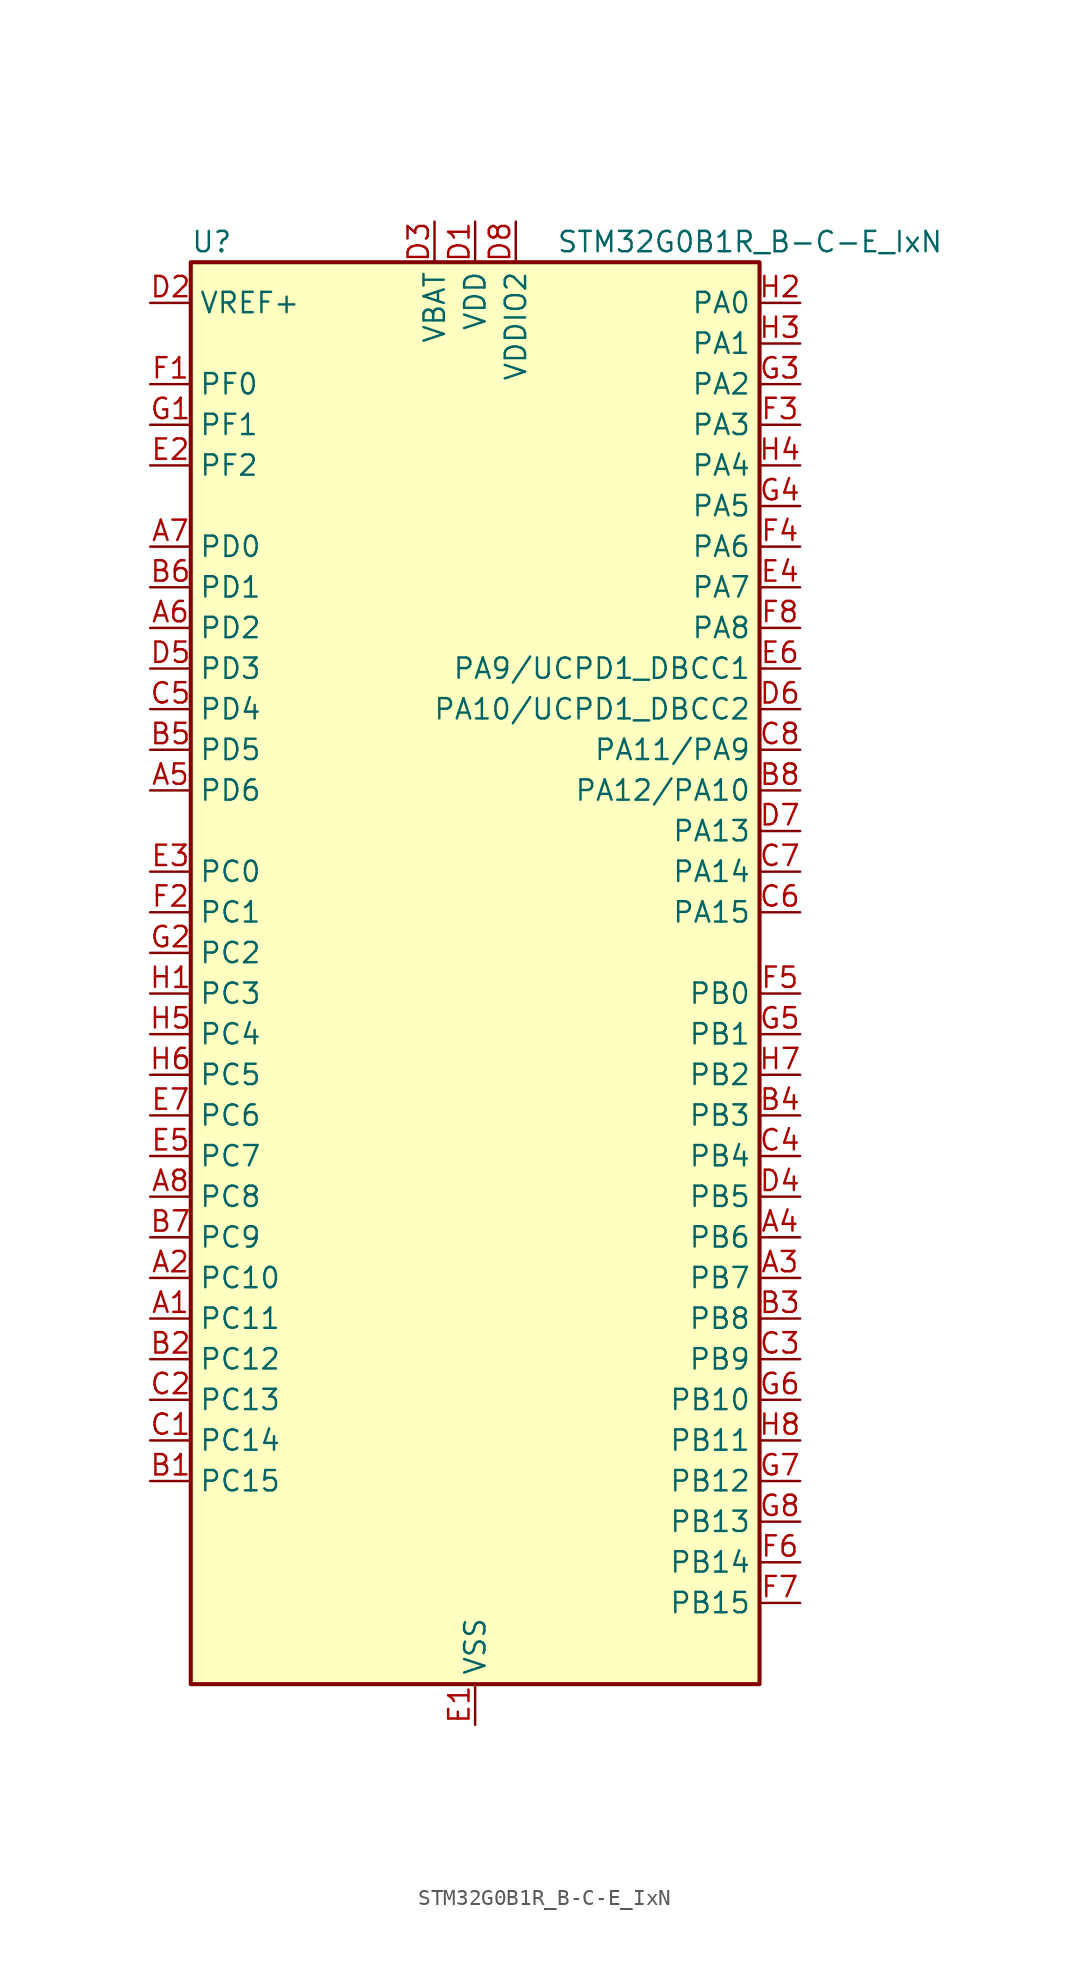
<source format=kicad_sym>
(kicad_symbol_lib
  (version 20220914)
  (generator kicad_symbol_editor)
  (symbol "STM32G0B1R_B-C-E_IxN"
    (property "Reference" "U"
      (at -17.78 46.99 0)
      (effects (font (size 1.27 1.27)) (justify left)))
    (property "Value" "STM32G0B1R_B-C-E_IxN"
      (at 5.08 46.99 0)
      (effects (font (size 1.27 1.27)) (justify left)))
    (property "ki_locked" ""
      (at 0 0 0)
      (effects (font (size 1.27 1.27))))
    (symbol "STM32G0B1R_B-C-E_IxN_0_1"
      (rectangle (start -17.78 -43.18) (end 17.78 45.72) (stroke (width 0.254) (type default)) (fill (type background))))
    (symbol "STM32G0B1R_B-C-E_IxN_1_1"
      (pin bidirectional line (at -20.32 -20.32 0) (length 2.54) (name "PC11" (effects (font (size 1.27 1.27)))) (number "A1" (effects (font (size 1.27 1.27)))) (alternate "ADC1_EXTI11" bidirectional line) (alternate "SPI3_MISO" bidirectional line) (alternate "TIM1_CH4" bidirectional line) (alternate "USART3_RX" bidirectional line) (alternate "USART4_RX" bidirectional line))
      (pin bidirectional line (at -20.32 -17.78 0) (length 2.54) (name "PC10" (effects (font (size 1.27 1.27)))) (number "A2" (effects (font (size 1.27 1.27)))) (alternate "SPI3_SCK" bidirectional line) (alternate "TIM1_CH3" bidirectional line) (alternate "USART3_TX" bidirectional line) (alternate "USART4_TX" bidirectional line))
      (pin bidirectional line (at 20.32 -17.78 180) (length 2.54) (name "PB7" (effects (font (size 1.27 1.27)))) (number "A3" (effects (font (size 1.27 1.27)))) (alternate "COMP2_INM" bidirectional line) (alternate "I2C1_SDA" bidirectional line) (alternate "I2S2_SD" bidirectional line) (alternate "LPTIM1_IN2" bidirectional line) (alternate "LPUART2_RX" bidirectional line) (alternate "SPI2_MOSI" bidirectional line) (alternate "SYS_PVD_IN" bidirectional line) (alternate "TIM17_CH1N" bidirectional line) (alternate "TIM4_CH2" bidirectional line) (alternate "USART1_RX" bidirectional line) (alternate "USART4_CTS" bidirectional line) (alternate "USART4_NSS" bidirectional line))
      (pin bidirectional line (at 20.32 -15.24 180) (length 2.54) (name "PB6" (effects (font (size 1.27 1.27)))) (number "A4" (effects (font (size 1.27 1.27)))) (alternate "COMP2_INP" bidirectional line) (alternate "FDCAN2_TX" bidirectional line) (alternate "I2C1_SCL" bidirectional line) (alternate "I2S2_MCK" bidirectional line) (alternate "LPTIM1_ETR" bidirectional line) (alternate "LPUART2_TX" bidirectional line) (alternate "SPI2_MISO" bidirectional line) (alternate "TIM16_CH1N" bidirectional line) (alternate "TIM1_CH3" bidirectional line) (alternate "TIM4_CH1" bidirectional line) (alternate "USART1_TX" bidirectional line) (alternate "USART5_CTS" bidirectional line) (alternate "USART5_NSS" bidirectional line))
      (pin bidirectional line (at -20.32 12.7 0) (length 2.54) (name "PD6" (effects (font (size 1.27 1.27)))) (number "A5" (effects (font (size 1.27 1.27)))) (alternate "I2S1_SD" bidirectional line) (alternate "LPTIM2_OUT" bidirectional line) (alternate "SPI1_MOSI" bidirectional line) (alternate "USART2_RX" bidirectional line))
      (pin bidirectional line (at -20.32 22.86 0) (length 2.54) (name "PD2" (effects (font (size 1.27 1.27)))) (number "A6" (effects (font (size 1.27 1.27)))) (alternate "TIM1_CH1N" bidirectional line) (alternate "TIM3_ETR" bidirectional line) (alternate "UCPD2_CC2" bidirectional line) (alternate "USART3_CK" bidirectional line) (alternate "USART3_DE" bidirectional line) (alternate "USART3_RTS" bidirectional line) (alternate "USART5_RX" bidirectional line))
      (pin bidirectional line (at -20.32 27.94 0) (length 2.54) (name "PD0" (effects (font (size 1.27 1.27)))) (number "A7" (effects (font (size 1.27 1.27)))) (alternate "FDCAN1_RX" bidirectional line) (alternate "I2S2_WS" bidirectional line) (alternate "SPI2_NSS" bidirectional line) (alternate "TIM16_CH1" bidirectional line) (alternate "UCPD2_CC1" bidirectional line))
      (pin bidirectional line (at -20.32 -12.7 0) (length 2.54) (name "PC8" (effects (font (size 1.27 1.27)))) (number "A8" (effects (font (size 1.27 1.27)))) (alternate "LPUART2_CTS" bidirectional line) (alternate "TIM1_CH1" bidirectional line) (alternate "TIM3_CH3" bidirectional line) (alternate "UCPD2_FRSTX1" bidirectional line) (alternate "UCPD2_FRSTX2" bidirectional line))
      (pin bidirectional line (at -20.32 -30.48 0) (length 2.54) (name "PC15" (effects (font (size 1.27 1.27)))) (number "B1" (effects (font (size 1.27 1.27)))) (alternate "RCC_OSC32_EN" bidirectional line) (alternate "RCC_OSC32_OUT" bidirectional line) (alternate "RCC_OSC_EN" bidirectional line) (alternate "TIM15_BK" bidirectional line))
      (pin bidirectional line (at -20.32 -22.86 0) (length 2.54) (name "PC12" (effects (font (size 1.27 1.27)))) (number "B2" (effects (font (size 1.27 1.27)))) (alternate "LPTIM1_IN1" bidirectional line) (alternate "SPI3_MOSI" bidirectional line) (alternate "TIM14_CH1" bidirectional line) (alternate "UCPD1_FRSTX1" bidirectional line) (alternate "UCPD1_FRSTX2" bidirectional line) (alternate "USART5_TX" bidirectional line))
      (pin bidirectional line (at 20.32 -20.32 180) (length 2.54) (name "PB8" (effects (font (size 1.27 1.27)))) (number "B3" (effects (font (size 1.27 1.27)))) (alternate "CEC" bidirectional line) (alternate "FDCAN1_RX" bidirectional line) (alternate "I2C1_SCL" bidirectional line) (alternate "I2S2_CK" bidirectional line) (alternate "SPI2_SCK" bidirectional line) (alternate "TIM15_BK" bidirectional line) (alternate "TIM16_CH1" bidirectional line) (alternate "TIM4_CH3" bidirectional line) (alternate "USART3_TX" bidirectional line) (alternate "USART6_TX" bidirectional line))
      (pin bidirectional line (at 20.32 -7.62 180) (length 2.54) (name "PB3" (effects (font (size 1.27 1.27)))) (number "B4" (effects (font (size 1.27 1.27)))) (alternate "COMP2_INM" bidirectional line) (alternate "I2C2_SCL" bidirectional line) (alternate "I2C3_SCL" bidirectional line) (alternate "I2S1_CK" bidirectional line) (alternate "SPI1_SCK" bidirectional line) (alternate "SPI3_SCK" bidirectional line) (alternate "TIM1_CH2" bidirectional line) (alternate "TIM2_CH2" bidirectional line) (alternate "USART1_CK" bidirectional line) (alternate "USART1_DE" bidirectional line) (alternate "USART1_RTS" bidirectional line) (alternate "USART5_TX" bidirectional line))
      (pin bidirectional line (at -20.32 15.24 0) (length 2.54) (name "PD5" (effects (font (size 1.27 1.27)))) (number "B5" (effects (font (size 1.27 1.27)))) (alternate "I2S1_MCK" bidirectional line) (alternate "SPI1_MISO" bidirectional line) (alternate "TIM1_BK" bidirectional line) (alternate "USART2_TX" bidirectional line) (alternate "USART5_CTS" bidirectional line) (alternate "USART5_NSS" bidirectional line))
      (pin bidirectional line (at -20.32 25.4 0) (length 2.54) (name "PD1" (effects (font (size 1.27 1.27)))) (number "B6" (effects (font (size 1.27 1.27)))) (alternate "FDCAN1_TX" bidirectional line) (alternate "I2S2_CK" bidirectional line) (alternate "SPI2_SCK" bidirectional line) (alternate "TIM17_CH1" bidirectional line) (alternate "UCPD2_DBCC1" bidirectional line))
      (pin bidirectional line (at -20.32 -15.24 0) (length 2.54) (name "PC9" (effects (font (size 1.27 1.27)))) (number "B7" (effects (font (size 1.27 1.27)))) (alternate "DAC1_EXTI9" bidirectional line) (alternate "I2S_CKIN" bidirectional line) (alternate "LPUART2_DE" bidirectional line) (alternate "LPUART2_RTS" bidirectional line) (alternate "TIM1_CH2" bidirectional line) (alternate "TIM3_CH4" bidirectional line) (alternate "USB_NOE" bidirectional line))
      (pin bidirectional line (at 20.32 12.7 180) (length 2.54) (name "PA12/PA10" (effects (font (size 1.27 1.27)))) (number "B8" (effects (font (size 1.27 1.27)))) (alternate "COMP2_OUT" bidirectional line) (alternate "FDCAN1_TX" bidirectional line) (alternate "I2C2_SDA" bidirectional line) (alternate "I2S1_SD" bidirectional line) (alternate "I2S_CKIN" bidirectional line) (alternate "SPI1_MOSI" bidirectional line) (alternate "TIM1_ETR" bidirectional line) (alternate "USART1_CK" bidirectional line) (alternate "USART1_DE" bidirectional line) (alternate "USART1_RTS" bidirectional line) (alternate "USB_DP" bidirectional line))
      (pin bidirectional line (at -20.32 -27.94 0) (length 2.54) (name "PC14" (effects (font (size 1.27 1.27)))) (number "C1" (effects (font (size 1.27 1.27)))) (alternate "RCC_OSC32_IN" bidirectional line) (alternate "TIM1_BK2" bidirectional line))
      (pin bidirectional line (at -20.32 -25.4 0) (length 2.54) (name "PC13" (effects (font (size 1.27 1.27)))) (number "C2" (effects (font (size 1.27 1.27)))) (alternate "RTC_OUT1" bidirectional line) (alternate "RTC_TAMP_IN1" bidirectional line) (alternate "RTC_TS" bidirectional line) (alternate "SYS_WKUP2" bidirectional line) (alternate "TIM1_BK" bidirectional line))
      (pin bidirectional line (at 20.32 -22.86 180) (length 2.54) (name "PB9" (effects (font (size 1.27 1.27)))) (number "C3" (effects (font (size 1.27 1.27)))) (alternate "DAC1_EXTI9" bidirectional line) (alternate "FDCAN1_TX" bidirectional line) (alternate "I2C1_SDA" bidirectional line) (alternate "I2S2_WS" bidirectional line) (alternate "IR_OUT" bidirectional line) (alternate "SPI2_NSS" bidirectional line) (alternate "TIM17_CH1" bidirectional line) (alternate "TIM4_CH4" bidirectional line) (alternate "UCPD2_FRSTX1" bidirectional line) (alternate "UCPD2_FRSTX2" bidirectional line) (alternate "USART3_RX" bidirectional line) (alternate "USART6_RX" bidirectional line))
      (pin bidirectional line (at 20.32 -10.16 180) (length 2.54) (name "PB4" (effects (font (size 1.27 1.27)))) (number "C4" (effects (font (size 1.27 1.27)))) (alternate "COMP2_INP" bidirectional line) (alternate "I2C2_SDA" bidirectional line) (alternate "I2C3_SDA" bidirectional line) (alternate "I2S1_MCK" bidirectional line) (alternate "SPI1_MISO" bidirectional line) (alternate "SPI3_MISO" bidirectional line) (alternate "TIM17_BK" bidirectional line) (alternate "TIM3_CH1" bidirectional line) (alternate "USART1_CTS" bidirectional line) (alternate "USART1_NSS" bidirectional line) (alternate "USART5_RX" bidirectional line))
      (pin bidirectional line (at -20.32 17.78 0) (length 2.54) (name "PD4" (effects (font (size 1.27 1.27)))) (number "C5" (effects (font (size 1.27 1.27)))) (alternate "I2S2_SD" bidirectional line) (alternate "SPI2_MOSI" bidirectional line) (alternate "TIM1_CH3N" bidirectional line) (alternate "USART2_CK" bidirectional line) (alternate "USART2_DE" bidirectional line) (alternate "USART2_RTS" bidirectional line) (alternate "USART5_CK" bidirectional line) (alternate "USART5_DE" bidirectional line) (alternate "USART5_RTS" bidirectional line))
      (pin bidirectional line (at 20.32 5.08 180) (length 2.54) (name "PA15" (effects (font (size 1.27 1.27)))) (number "C6" (effects (font (size 1.27 1.27)))) (alternate "I2C2_SMBA" bidirectional line) (alternate "I2S1_WS" bidirectional line) (alternate "RCC_MCO_2" bidirectional line) (alternate "SPI1_NSS" bidirectional line) (alternate "SPI3_NSS" bidirectional line) (alternate "TIM2_CH1" bidirectional line) (alternate "TIM2_ETR" bidirectional line) (alternate "USART2_RX" bidirectional line) (alternate "USART3_CK" bidirectional line) (alternate "USART3_DE" bidirectional line) (alternate "USART3_RTS" bidirectional line) (alternate "USART4_CK" bidirectional line) (alternate "USART4_DE" bidirectional line) (alternate "USART4_RTS" bidirectional line) (alternate "USB_NOE" bidirectional line))
      (pin bidirectional line (at 20.32 7.62 180) (length 2.54) (name "PA14" (effects (font (size 1.27 1.27)))) (number "C7" (effects (font (size 1.27 1.27)))) (alternate "LPUART2_TX" bidirectional line) (alternate "SYS_SWCLK" bidirectional line) (alternate "USART2_TX" bidirectional line))
      (pin bidirectional line (at 20.32 15.24 180) (length 2.54) (name "PA11/PA9" (effects (font (size 1.27 1.27)))) (number "C8" (effects (font (size 1.27 1.27)))) (alternate "ADC1_EXTI11" bidirectional line) (alternate "COMP1_OUT" bidirectional line) (alternate "FDCAN1_RX" bidirectional line) (alternate "I2C2_SCL" bidirectional line) (alternate "I2S1_MCK" bidirectional line) (alternate "SPI1_MISO" bidirectional line) (alternate "TIM1_BK2" bidirectional line) (alternate "TIM1_CH4" bidirectional line) (alternate "USART1_CTS" bidirectional line) (alternate "USART1_NSS" bidirectional line) (alternate "USB_DM" bidirectional line))
      (pin power_in line (at 0 48.26 270) (length 2.54) (name "VDD" (effects (font (size 1.27 1.27)))) (number "D1" (effects (font (size 1.27 1.27)))))
      (pin input line (at -20.32 43.18 0) (length 2.54) (name "VREF+" (effects (font (size 1.27 1.27)))) (number "D2" (effects (font (size 1.27 1.27)))) (alternate "VREFBUF_OUT" bidirectional line))
      (pin power_in line (at -2.54 48.26 270) (length 2.54) (name "VBAT" (effects (font (size 1.27 1.27)))) (number "D3" (effects (font (size 1.27 1.27)))))
      (pin bidirectional line (at 20.32 -12.7 180) (length 2.54) (name "PB5" (effects (font (size 1.27 1.27)))) (number "D4" (effects (font (size 1.27 1.27)))) (alternate "COMP2_OUT" bidirectional line) (alternate "FDCAN2_RX" bidirectional line) (alternate "I2C1_SMBA" bidirectional line) (alternate "I2S1_SD" bidirectional line) (alternate "LPTIM1_IN1" bidirectional line) (alternate "SPI1_MOSI" bidirectional line) (alternate "SPI3_MOSI" bidirectional line) (alternate "SYS_WKUP6" bidirectional line) (alternate "TIM16_BK" bidirectional line) (alternate "TIM3_CH2" bidirectional line) (alternate "USART5_CK" bidirectional line) (alternate "USART5_DE" bidirectional line) (alternate "USART5_RTS" bidirectional line))
      (pin bidirectional line (at -20.32 20.32 0) (length 2.54) (name "PD3" (effects (font (size 1.27 1.27)))) (number "D5" (effects (font (size 1.27 1.27)))) (alternate "I2S2_MCK" bidirectional line) (alternate "SPI2_MISO" bidirectional line) (alternate "TIM1_CH2N" bidirectional line) (alternate "UCPD2_DBCC2" bidirectional line) (alternate "USART2_CTS" bidirectional line) (alternate "USART2_NSS" bidirectional line) (alternate "USART5_TX" bidirectional line))
      (pin bidirectional line (at 20.32 17.78 180) (length 2.54) (name "PA10/UCPD1_DBCC2" (effects (font (size 1.27 1.27)))) (number "D6" (effects (font (size 1.27 1.27)))) (alternate "I2C1_SDA" bidirectional line) (alternate "I2C2_SDA" bidirectional line) (alternate "I2S2_SD" bidirectional line) (alternate "RCC_MCO_2" bidirectional line) (alternate "SPI2_MOSI" bidirectional line) (alternate "TIM17_BK" bidirectional line) (alternate "TIM1_CH3" bidirectional line) (alternate "UCPD1_DBCC2" bidirectional line) (alternate "USART1_RX" bidirectional line))
      (pin bidirectional line (at 20.32 10.16 180) (length 2.54) (name "PA13" (effects (font (size 1.27 1.27)))) (number "D7" (effects (font (size 1.27 1.27)))) (alternate "IR_OUT" bidirectional line) (alternate "LPUART2_RX" bidirectional line) (alternate "SYS_SWDIO" bidirectional line) (alternate "USB_NOE" bidirectional line))
      (pin power_in line (at 2.54 48.26 270) (length 2.54) (name "VDDIO2" (effects (font (size 1.27 1.27)))) (number "D8" (effects (font (size 1.27 1.27)))))
      (pin power_in line (at 0 -45.72 90) (length 2.54) (name "VSS" (effects (font (size 1.27 1.27)))) (number "E1" (effects (font (size 1.27 1.27)))))
      (pin bidirectional line (at -20.32 33.02 0) (length 2.54) (name "PF2" (effects (font (size 1.27 1.27)))) (number "E2" (effects (font (size 1.27 1.27)))) (alternate "LPUART2_DE" bidirectional line) (alternate "LPUART2_RTS" bidirectional line) (alternate "LPUART2_TX" bidirectional line) (alternate "RCC_MCO" bidirectional line))
      (pin bidirectional line (at -20.32 7.62 0) (length 2.54) (name "PC0" (effects (font (size 1.27 1.27)))) (number "E3" (effects (font (size 1.27 1.27)))) (alternate "COMP3_INM" bidirectional line) (alternate "COMP3_OUT" bidirectional line) (alternate "I2C3_SCL" bidirectional line) (alternate "LPTIM1_IN1" bidirectional line) (alternate "LPTIM2_IN1" bidirectional line) (alternate "LPUART1_RX" bidirectional line) (alternate "LPUART2_TX" bidirectional line) (alternate "USART6_TX" bidirectional line))
      (pin bidirectional line (at 20.32 25.4 180) (length 2.54) (name "PA7" (effects (font (size 1.27 1.27)))) (number "E4" (effects (font (size 1.27 1.27)))) (alternate "ADC1_IN7" bidirectional line) (alternate "COMP2_OUT" bidirectional line) (alternate "I2C2_SCL" bidirectional line) (alternate "I2C3_SCL" bidirectional line) (alternate "I2S1_SD" bidirectional line) (alternate "SPI1_MOSI" bidirectional line) (alternate "TIM14_CH1" bidirectional line) (alternate "TIM17_CH1" bidirectional line) (alternate "TIM1_CH1N" bidirectional line) (alternate "TIM3_CH2" bidirectional line) (alternate "UCPD1_FRSTX1" bidirectional line) (alternate "UCPD1_FRSTX2" bidirectional line) (alternate "USART6_CK" bidirectional line) (alternate "USART6_DE" bidirectional line) (alternate "USART6_RTS" bidirectional line))
      (pin bidirectional line (at -20.32 -10.16 0) (length 2.54) (name "PC7" (effects (font (size 1.27 1.27)))) (number "E5" (effects (font (size 1.27 1.27)))) (alternate "LPUART2_RX" bidirectional line) (alternate "TIM2_CH4" bidirectional line) (alternate "TIM3_CH2" bidirectional line) (alternate "UCPD2_FRSTX1" bidirectional line) (alternate "UCPD2_FRSTX2" bidirectional line))
      (pin bidirectional line (at 20.32 20.32 180) (length 2.54) (name "PA9/UCPD1_DBCC1" (effects (font (size 1.27 1.27)))) (number "E6" (effects (font (size 1.27 1.27)))) (alternate "DAC1_EXTI9" bidirectional line) (alternate "I2C1_SCL" bidirectional line) (alternate "I2C2_SCL" bidirectional line) (alternate "I2S2_MCK" bidirectional line) (alternate "RCC_MCO" bidirectional line) (alternate "SPI2_MISO" bidirectional line) (alternate "TIM15_BK" bidirectional line) (alternate "TIM1_CH2" bidirectional line) (alternate "UCPD1_DBCC1" bidirectional line) (alternate "USART1_TX" bidirectional line))
      (pin bidirectional line (at -20.32 -7.62 0) (length 2.54) (name "PC6" (effects (font (size 1.27 1.27)))) (number "E7" (effects (font (size 1.27 1.27)))) (alternate "LPUART2_TX" bidirectional line) (alternate "TIM2_CH3" bidirectional line) (alternate "TIM3_CH1" bidirectional line) (alternate "UCPD1_FRSTX1" bidirectional line) (alternate "UCPD1_FRSTX2" bidirectional line))
      (pin passive line (at 0 -45.72 90) (length 2.54) hide (name "VSS" (effects (font (size 1.27 1.27)))) (number "E8" (effects (font (size 1.27 1.27)))))
      (pin bidirectional line (at -20.32 38.1 0) (length 2.54) (name "PF0" (effects (font (size 1.27 1.27)))) (number "F1" (effects (font (size 1.27 1.27)))) (alternate "CRS1_SYNC" bidirectional line) (alternate "RCC_OSC_IN" bidirectional line) (alternate "TIM14_CH1" bidirectional line))
      (pin bidirectional line (at -20.32 5.08 0) (length 2.54) (name "PC1" (effects (font (size 1.27 1.27)))) (number "F2" (effects (font (size 1.27 1.27)))) (alternate "COMP3_INP" bidirectional line) (alternate "I2C3_SDA" bidirectional line) (alternate "LPTIM1_OUT" bidirectional line) (alternate "LPUART1_TX" bidirectional line) (alternate "LPUART2_RX" bidirectional line) (alternate "TIM15_CH1" bidirectional line) (alternate "USART6_RX" bidirectional line))
      (pin bidirectional line (at 20.32 35.56 180) (length 2.54) (name "PA3" (effects (font (size 1.27 1.27)))) (number "F3" (effects (font (size 1.27 1.27)))) (alternate "ADC1_IN3" bidirectional line) (alternate "COMP2_INP" bidirectional line) (alternate "I2S2_MCK" bidirectional line) (alternate "LPUART1_RX" bidirectional line) (alternate "SPI2_MISO" bidirectional line) (alternate "TIM15_CH2" bidirectional line) (alternate "TIM2_CH4" bidirectional line) (alternate "UCPD2_FRSTX1" bidirectional line) (alternate "UCPD2_FRSTX2" bidirectional line) (alternate "USART2_RX" bidirectional line))
      (pin bidirectional line (at 20.32 27.94 180) (length 2.54) (name "PA6" (effects (font (size 1.27 1.27)))) (number "F4" (effects (font (size 1.27 1.27)))) (alternate "ADC1_IN6" bidirectional line) (alternate "COMP1_OUT" bidirectional line) (alternate "I2C2_SDA" bidirectional line) (alternate "I2C3_SDA" bidirectional line) (alternate "I2S1_MCK" bidirectional line) (alternate "LPUART1_CTS" bidirectional line) (alternate "SPI1_MISO" bidirectional line) (alternate "TIM16_CH1" bidirectional line) (alternate "TIM1_BK" bidirectional line) (alternate "TIM3_CH1" bidirectional line) (alternate "USART3_CTS" bidirectional line) (alternate "USART3_NSS" bidirectional line) (alternate "USART6_CTS" bidirectional line) (alternate "USART6_NSS" bidirectional line))
      (pin bidirectional line (at 20.32 0 180) (length 2.54) (name "PB0" (effects (font (size 1.27 1.27)))) (number "F5" (effects (font (size 1.27 1.27)))) (alternate "ADC1_IN8" bidirectional line) (alternate "COMP1_OUT" bidirectional line) (alternate "COMP3_INP" bidirectional line) (alternate "FDCAN2_RX" bidirectional line) (alternate "I2S1_WS" bidirectional line) (alternate "LPTIM1_OUT" bidirectional line) (alternate "LPUART2_CTS" bidirectional line) (alternate "SPI1_NSS" bidirectional line) (alternate "TIM1_CH2N" bidirectional line) (alternate "TIM3_CH3" bidirectional line) (alternate "UCPD1_FRSTX1" bidirectional line) (alternate "UCPD1_FRSTX2" bidirectional line) (alternate "USART3_RX" bidirectional line) (alternate "USART5_TX" bidirectional line))
      (pin bidirectional line (at 20.32 -35.56 180) (length 2.54) (name "PB14" (effects (font (size 1.27 1.27)))) (number "F6" (effects (font (size 1.27 1.27)))) (alternate "I2C2_SDA" bidirectional line) (alternate "I2S2_MCK" bidirectional line) (alternate "SPI2_MISO" bidirectional line) (alternate "TIM15_CH1" bidirectional line) (alternate "TIM1_CH2N" bidirectional line) (alternate "UCPD1_FRSTX1" bidirectional line) (alternate "UCPD1_FRSTX2" bidirectional line) (alternate "USART3_CK" bidirectional line) (alternate "USART3_DE" bidirectional line) (alternate "USART3_RTS" bidirectional line) (alternate "USART6_CK" bidirectional line) (alternate "USART6_DE" bidirectional line) (alternate "USART6_RTS" bidirectional line))
      (pin bidirectional line (at 20.32 -38.1 180) (length 2.54) (name "PB15" (effects (font (size 1.27 1.27)))) (number "F7" (effects (font (size 1.27 1.27)))) (alternate "I2S2_SD" bidirectional line) (alternate "RTC_REFIN" bidirectional line) (alternate "SPI2_MOSI" bidirectional line) (alternate "TIM15_CH1N" bidirectional line) (alternate "TIM15_CH2" bidirectional line) (alternate "TIM1_CH3N" bidirectional line) (alternate "UCPD1_CC2" bidirectional line) (alternate "USART6_CTS" bidirectional line) (alternate "USART6_NSS" bidirectional line))
      (pin bidirectional line (at 20.32 22.86 180) (length 2.54) (name "PA8" (effects (font (size 1.27 1.27)))) (number "F8" (effects (font (size 1.27 1.27)))) (alternate "CRS1_SYNC" bidirectional line) (alternate "I2C2_SMBA" bidirectional line) (alternate "I2S2_WS" bidirectional line) (alternate "LPTIM2_OUT" bidirectional line) (alternate "RCC_MCO" bidirectional line) (alternate "SPI2_NSS" bidirectional line) (alternate "TIM1_CH1" bidirectional line) (alternate "UCPD1_CC1" bidirectional line))
      (pin bidirectional line (at -20.32 35.56 0) (length 2.54) (name "PF1" (effects (font (size 1.27 1.27)))) (number "G1" (effects (font (size 1.27 1.27)))) (alternate "RCC_OSC_EN" bidirectional line) (alternate "RCC_OSC_OUT" bidirectional line) (alternate "TIM15_CH1N" bidirectional line))
      (pin bidirectional line (at -20.32 2.54 0) (length 2.54) (name "PC2" (effects (font (size 1.27 1.27)))) (number "G2" (effects (font (size 1.27 1.27)))) (alternate "COMP3_OUT" bidirectional line) (alternate "FDCAN2_RX" bidirectional line) (alternate "I2S2_MCK" bidirectional line) (alternate "LPTIM1_IN2" bidirectional line) (alternate "SPI2_MISO" bidirectional line) (alternate "TIM15_CH2" bidirectional line))
      (pin bidirectional line (at 20.32 38.1 180) (length 2.54) (name "PA2" (effects (font (size 1.27 1.27)))) (number "G3" (effects (font (size 1.27 1.27)))) (alternate "ADC1_IN2" bidirectional line) (alternate "COMP2_INM" bidirectional line) (alternate "COMP2_OUT" bidirectional line) (alternate "I2S1_SD" bidirectional line) (alternate "LPUART1_TX" bidirectional line) (alternate "RCC_LSCO" bidirectional line) (alternate "SPI1_MOSI" bidirectional line) (alternate "SYS_WKUP4" bidirectional line) (alternate "TIM15_CH1" bidirectional line) (alternate "TIM2_CH3" bidirectional line) (alternate "UCPD1_FRSTX1" bidirectional line) (alternate "UCPD1_FRSTX2" bidirectional line) (alternate "USART2_TX" bidirectional line))
      (pin bidirectional line (at 20.32 30.48 180) (length 2.54) (name "PA5" (effects (font (size 1.27 1.27)))) (number "G4" (effects (font (size 1.27 1.27)))) (alternate "ADC1_IN5" bidirectional line) (alternate "CEC" bidirectional line) (alternate "DAC1_OUT2" bidirectional line) (alternate "I2S1_CK" bidirectional line) (alternate "LPTIM2_ETR" bidirectional line) (alternate "SPI1_SCK" bidirectional line) (alternate "TIM2_CH1" bidirectional line) (alternate "TIM2_ETR" bidirectional line) (alternate "UCPD1_FRSTX1" bidirectional line) (alternate "UCPD1_FRSTX2" bidirectional line) (alternate "USART3_TX" bidirectional line) (alternate "USART6_RX" bidirectional line))
      (pin bidirectional line (at 20.32 -2.54 180) (length 2.54) (name "PB1" (effects (font (size 1.27 1.27)))) (number "G5" (effects (font (size 1.27 1.27)))) (alternate "ADC1_IN9" bidirectional line) (alternate "COMP1_INM" bidirectional line) (alternate "COMP3_OUT" bidirectional line) (alternate "FDCAN2_TX" bidirectional line) (alternate "LPTIM2_IN1" bidirectional line) (alternate "LPUART1_DE" bidirectional line) (alternate "LPUART1_RTS" bidirectional line) (alternate "LPUART2_DE" bidirectional line) (alternate "LPUART2_RTS" bidirectional line) (alternate "TIM14_CH1" bidirectional line) (alternate "TIM1_CH3N" bidirectional line) (alternate "TIM3_CH4" bidirectional line) (alternate "USART3_CK" bidirectional line) (alternate "USART3_DE" bidirectional line) (alternate "USART3_RTS" bidirectional line) (alternate "USART5_RX" bidirectional line))
      (pin bidirectional line (at 20.32 -25.4 180) (length 2.54) (name "PB10" (effects (font (size 1.27 1.27)))) (number "G6" (effects (font (size 1.27 1.27)))) (alternate "ADC1_IN11" bidirectional line) (alternate "CEC" bidirectional line) (alternate "COMP1_OUT" bidirectional line) (alternate "I2C2_SCL" bidirectional line) (alternate "I2S2_CK" bidirectional line) (alternate "LPUART1_RX" bidirectional line) (alternate "SPI2_SCK" bidirectional line) (alternate "TIM2_CH3" bidirectional line) (alternate "USART3_TX" bidirectional line))
      (pin bidirectional line (at 20.32 -30.48 180) (length 2.54) (name "PB12" (effects (font (size 1.27 1.27)))) (number "G7" (effects (font (size 1.27 1.27)))) (alternate "ADC1_IN16" bidirectional line) (alternate "FDCAN2_RX" bidirectional line) (alternate "I2C2_SMBA" bidirectional line) (alternate "I2S2_WS" bidirectional line) (alternate "LPUART1_DE" bidirectional line) (alternate "LPUART1_RTS" bidirectional line) (alternate "SPI2_NSS" bidirectional line) (alternate "TIM15_BK" bidirectional line) (alternate "TIM1_BK" bidirectional line) (alternate "UCPD2_FRSTX1" bidirectional line) (alternate "UCPD2_FRSTX2" bidirectional line))
      (pin bidirectional line (at 20.32 -33.02 180) (length 2.54) (name "PB13" (effects (font (size 1.27 1.27)))) (number "G8" (effects (font (size 1.27 1.27)))) (alternate "FDCAN2_TX" bidirectional line) (alternate "I2C2_SCL" bidirectional line) (alternate "I2S2_CK" bidirectional line) (alternate "LPUART1_CTS" bidirectional line) (alternate "SPI2_SCK" bidirectional line) (alternate "TIM15_CH1N" bidirectional line) (alternate "TIM1_CH1N" bidirectional line) (alternate "USART3_CTS" bidirectional line) (alternate "USART3_NSS" bidirectional line))
      (pin bidirectional line (at -20.32 0 0) (length 2.54) (name "PC3" (effects (font (size 1.27 1.27)))) (number "H1" (effects (font (size 1.27 1.27)))) (alternate "FDCAN2_TX" bidirectional line) (alternate "I2S2_SD" bidirectional line) (alternate "LPTIM1_ETR" bidirectional line) (alternate "LPTIM2_ETR" bidirectional line) (alternate "SPI2_MOSI" bidirectional line))
      (pin bidirectional line (at 20.32 43.18 180) (length 2.54) (name "PA0" (effects (font (size 1.27 1.27)))) (number "H2" (effects (font (size 1.27 1.27)))) (alternate "ADC1_IN0" bidirectional line) (alternate "COMP1_INM" bidirectional line) (alternate "COMP1_OUT" bidirectional line) (alternate "I2S2_CK" bidirectional line) (alternate "LPTIM1_OUT" bidirectional line) (alternate "RTC_TAMP_IN2" bidirectional line) (alternate "SPI2_SCK" bidirectional line) (alternate "SYS_WKUP1" bidirectional line) (alternate "TIM2_CH1" bidirectional line) (alternate "TIM2_ETR" bidirectional line) (alternate "UCPD2_FRSTX1" bidirectional line) (alternate "UCPD2_FRSTX2" bidirectional line) (alternate "USART2_CTS" bidirectional line) (alternate "USART2_NSS" bidirectional line) (alternate "USART4_TX" bidirectional line))
      (pin bidirectional line (at 20.32 40.64 180) (length 2.54) (name "PA1" (effects (font (size 1.27 1.27)))) (number "H3" (effects (font (size 1.27 1.27)))) (alternate "ADC1_IN1" bidirectional line) (alternate "COMP1_INP" bidirectional line) (alternate "I2C1_SMBA" bidirectional line) (alternate "I2S1_CK" bidirectional line) (alternate "SPI1_SCK" bidirectional line) (alternate "TIM15_CH1N" bidirectional line) (alternate "TIM2_CH2" bidirectional line) (alternate "USART2_CK" bidirectional line) (alternate "USART2_DE" bidirectional line) (alternate "USART2_RTS" bidirectional line) (alternate "USART4_RX" bidirectional line))
      (pin bidirectional line (at 20.32 33.02 180) (length 2.54) (name "PA4" (effects (font (size 1.27 1.27)))) (number "H4" (effects (font (size 1.27 1.27)))) (alternate "ADC1_IN4" bidirectional line) (alternate "DAC1_OUT1" bidirectional line) (alternate "I2S1_WS" bidirectional line) (alternate "I2S2_SD" bidirectional line) (alternate "LPTIM2_OUT" bidirectional line) (alternate "RTC_OUT2" bidirectional line) (alternate "SPI1_NSS" bidirectional line) (alternate "SPI2_MOSI" bidirectional line) (alternate "SPI3_NSS" bidirectional line) (alternate "TIM14_CH1" bidirectional line) (alternate "UCPD2_FRSTX1" bidirectional line) (alternate "UCPD2_FRSTX2" bidirectional line) (alternate "USART6_TX" bidirectional line) (alternate "USB_NOE" bidirectional line))
      (pin bidirectional line (at -20.32 -2.54 0) (length 2.54) (name "PC4" (effects (font (size 1.27 1.27)))) (number "H5" (effects (font (size 1.27 1.27)))) (alternate "ADC1_IN17" bidirectional line) (alternate "COMP1_INM" bidirectional line) (alternate "FDCAN1_RX" bidirectional line) (alternate "TIM2_CH1" bidirectional line) (alternate "TIM2_ETR" bidirectional line) (alternate "USART1_TX" bidirectional line) (alternate "USART3_TX" bidirectional line))
      (pin bidirectional line (at -20.32 -5.08 0) (length 2.54) (name "PC5" (effects (font (size 1.27 1.27)))) (number "H6" (effects (font (size 1.27 1.27)))) (alternate "ADC1_IN18" bidirectional line) (alternate "COMP1_INP" bidirectional line) (alternate "FDCAN1_TX" bidirectional line) (alternate "SYS_WKUP5" bidirectional line) (alternate "TIM2_CH2" bidirectional line) (alternate "USART1_RX" bidirectional line) (alternate "USART3_RX" bidirectional line))
      (pin bidirectional line (at 20.32 -5.08 180) (length 2.54) (name "PB2" (effects (font (size 1.27 1.27)))) (number "H7" (effects (font (size 1.27 1.27)))) (alternate "ADC1_IN10" bidirectional line) (alternate "COMP1_INP" bidirectional line) (alternate "COMP3_INM" bidirectional line) (alternate "I2S2_MCK" bidirectional line) (alternate "LPTIM1_OUT" bidirectional line) (alternate "RCC_MCO_2" bidirectional line) (alternate "SPI2_MISO" bidirectional line) (alternate "USART3_TX" bidirectional line))
      (pin bidirectional line (at 20.32 -27.94 180) (length 2.54) (name "PB11" (effects (font (size 1.27 1.27)))) (number "H8" (effects (font (size 1.27 1.27)))) (alternate "ADC1_EXTI11" bidirectional line) (alternate "ADC1_IN15" bidirectional line) (alternate "COMP2_OUT" bidirectional line) (alternate "I2C2_SDA" bidirectional line) (alternate "I2S2_SD" bidirectional line) (alternate "LPUART1_TX" bidirectional line) (alternate "SPI2_MOSI" bidirectional line) (alternate "TIM2_CH4" bidirectional line) (alternate "USART3_RX" bidirectional line)))))
</source>
